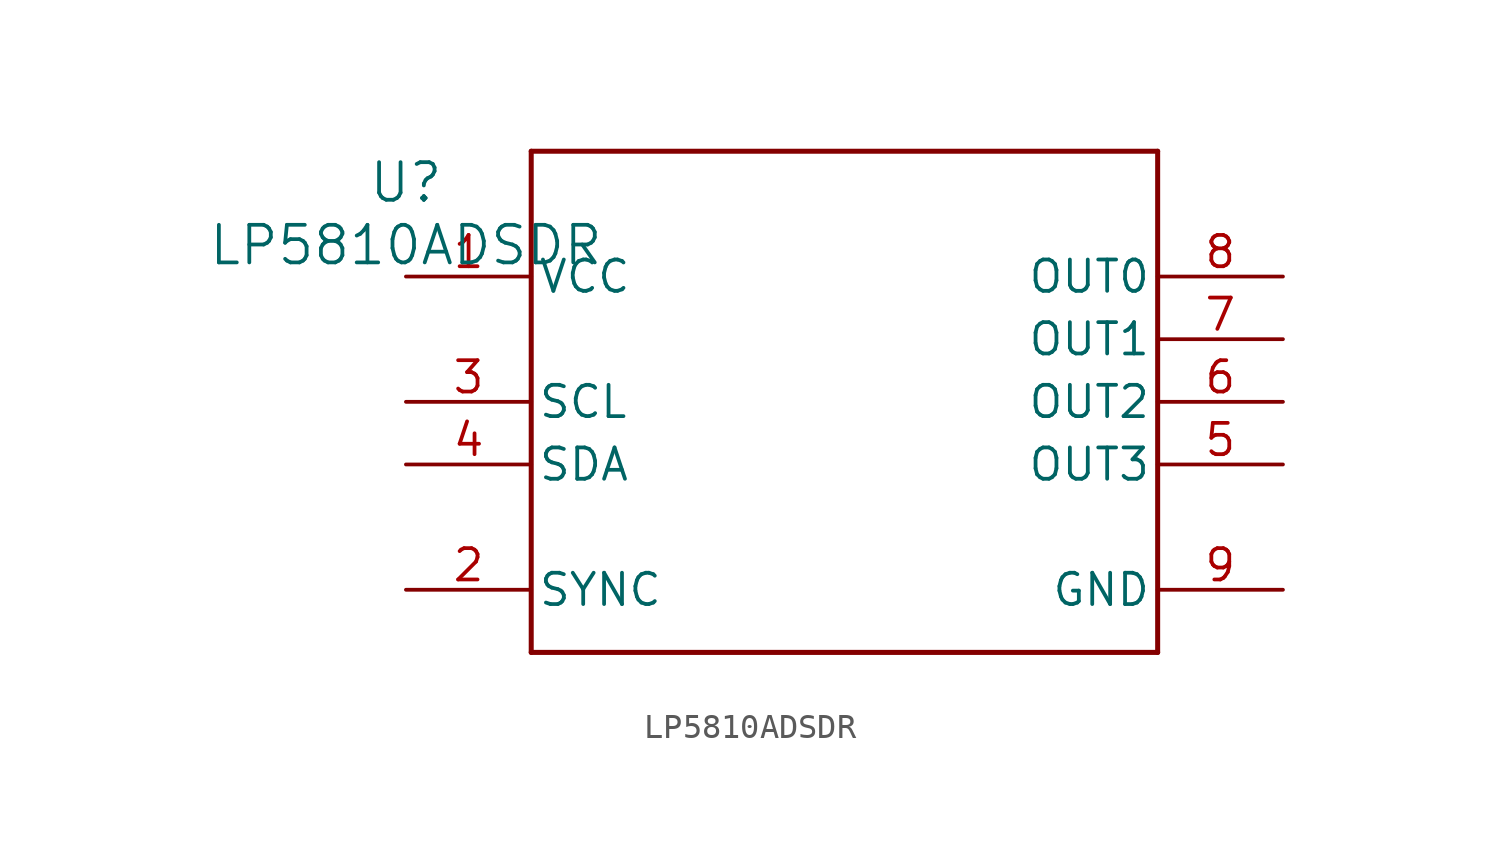
<source format=kicad_sym>
(kicad_symbol_lib
  (version 20211014)
  (generator kicad_symbol_editor)
  (symbol "LP5810ADSDR"
    (pin_names
      (offset 0.254))
    (property "Reference" "U"
      (at 0 2.54 0)
      (effects (font (size 1.524 1.524))))
    (property "Value" "LP5810ADSDR"
      (at 0 0 0)
      (effects (font (size 1.524 1.524))))
    (symbol "LP5810ADSDR_0_1"
      (polyline (pts (xy 5.08 -16.51) (xy 30.48 -16.51)) (stroke (width 0.203) (type default) (color 0 0 0 0)) (fill (type none)))
      (polyline (pts (xy 30.48 -16.51) (xy 30.48 3.81)) (stroke (width 0.203) (type default) (color 0 0 0 0)) (fill (type none)))
      (polyline (pts (xy 30.48 3.81) (xy 5.08 3.81)) (stroke (width 0.203) (type default) (color 0 0 0 0)) (fill (type none)))
      (polyline (pts (xy 5.08 3.81) (xy 5.08 -16.51)) (stroke (width 0.203) (type default) (color 0 0 0 0)) (fill (type none)))
      (pin power_in line (at 0 -1.27 0) (length 5.08) (name "VCC" (effects (font (size 1.27 1.27)))) (number "1" (effects (font (size 1.27 1.27)))))
      (pin bidirectional line (at 0 -13.97 0) (length 5.08) (name "SYNC" (effects (font (size 1.27 1.27)))) (number "2" (effects (font (size 1.27 1.27)))))
      (pin input line (at 0 -6.35 0) (length 5.08) (name "SCL" (effects (font (size 1.27 1.27)))) (number "3" (effects (font (size 1.27 1.27)))))
      (pin bidirectional line (at 0 -8.89 0) (length 5.08) (name "SDA" (effects (font (size 1.27 1.27)))) (number "4" (effects (font (size 1.27 1.27)))))
      (pin unspecified line (at 35.56 -8.89 180) (length 5.08) (name "OUT3" (effects (font (size 1.27 1.27)))) (number "5" (effects (font (size 1.27 1.27)))))
      (pin unspecified line (at 35.56 -6.35 180) (length 5.08) (name "OUT2" (effects (font (size 1.27 1.27)))) (number "6" (effects (font (size 1.27 1.27)))))
      (pin unspecified line (at 35.56 -3.81 180) (length 5.08) (name "OUT1" (effects (font (size 1.27 1.27)))) (number "7" (effects (font (size 1.27 1.27)))))
      (pin unspecified line (at 35.56 -1.27 180) (length 5.08) (name "OUT0" (effects (font (size 1.27 1.27)))) (number "8" (effects (font (size 1.27 1.27)))))
      (pin power_in line (at 35.56 -13.97 180) (length 5.08) (name "GND" (effects (font (size 1.27 1.27)))) (number "9" (effects (font (size 1.27 1.27))))))))
</source>
